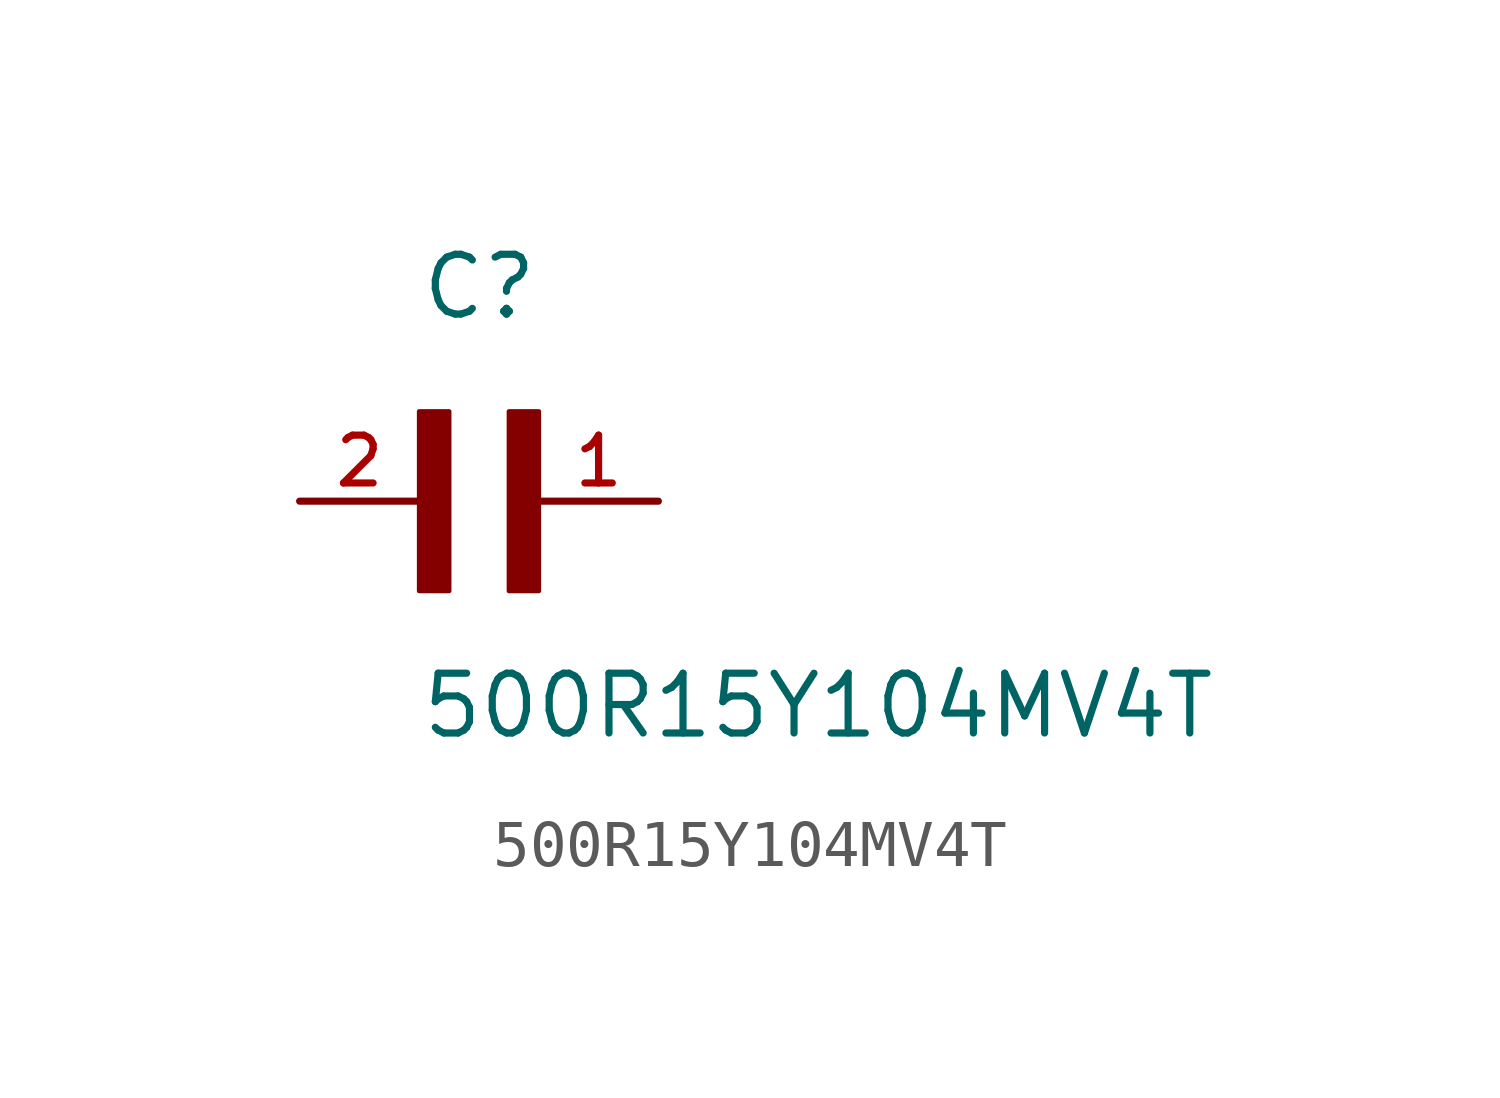
<source format=kicad_sym>
(kicad_symbol_lib
  (version 20211014)
  (generator kicad_symbol_editor)
  (symbol "500R15Y104MV4T"
    (pin_names
      (offset 1.016))
    (property "Reference" "C"
      (at 0.0 3.811 0)
      (effects (font (size 1.27 1.27)) (justify bottom left)))
    (property "Value" "500R15Y104MV4T"
      (at 0.0 -5.088 0)
      (effects (font (size 1.27 1.27)) (justify bottom left)))
    (symbol "500R15Y104MV4T_0_0"
      (rectangle (start 0.0 -1.907) (end 0.635 1.905) (stroke (width 0.1)) (fill (type outline)))
      (rectangle (start 1.907 -1.907) (end 2.54 1.905) (stroke (width 0.1)) (fill (type outline)))
      (pin passive line (at 5.08 0.0 180.0) (length 2.54) (name "~" (effects (font (size 1.016 1.016)))) (number "1" (effects (font (size 1.016 1.016)))))
      (pin passive line (at -2.54 0.0 0) (length 2.54) (name "~" (effects (font (size 1.016 1.016)))) (number "2" (effects (font (size 1.016 1.016))))))))
</source>
